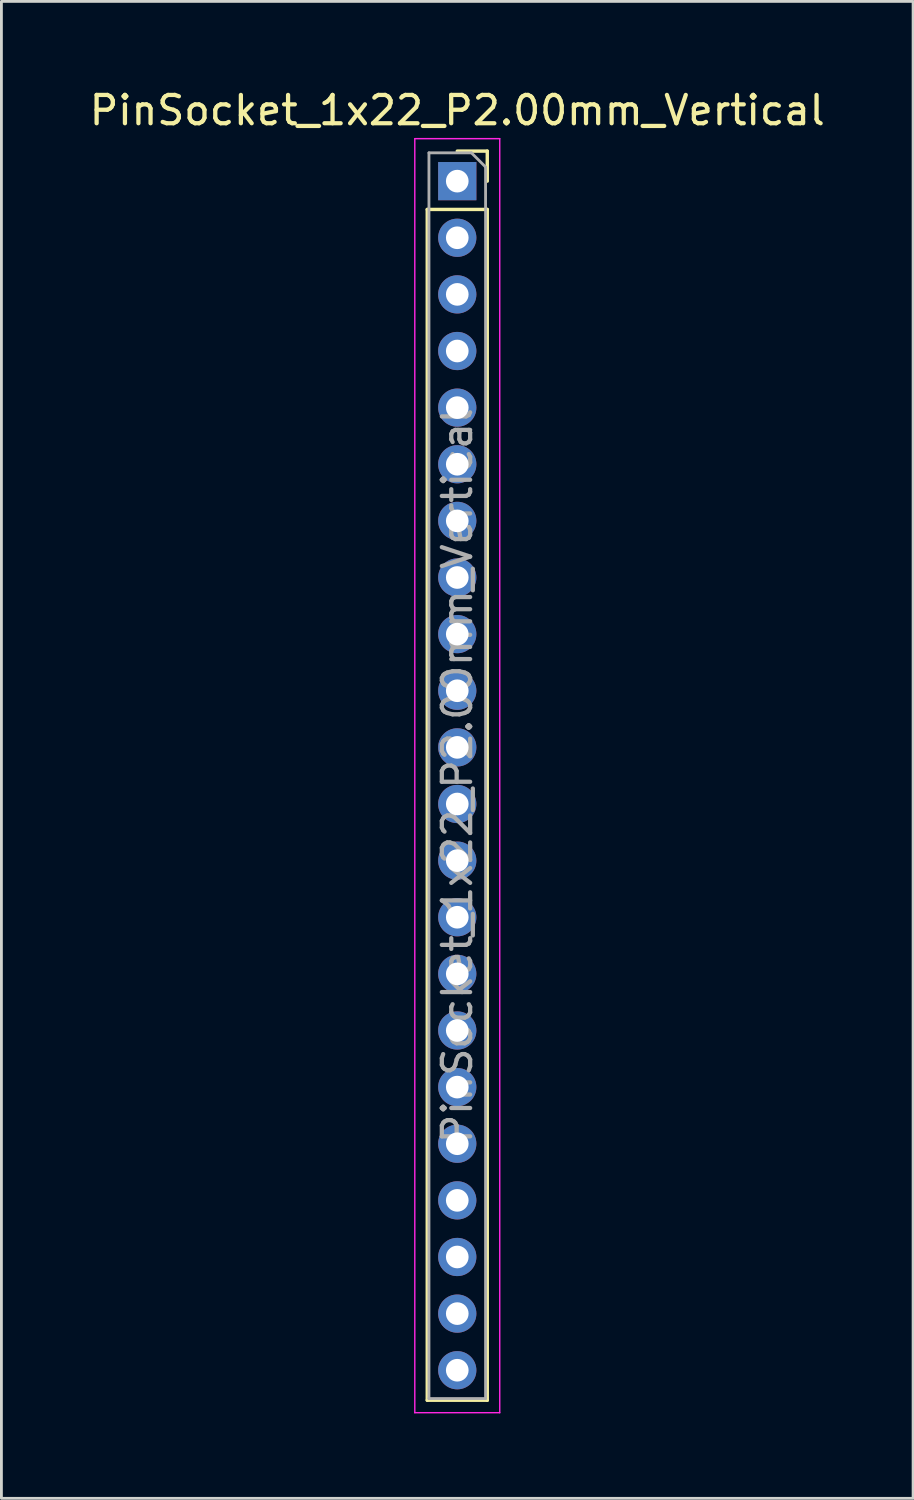
<source format=kicad_pcb>
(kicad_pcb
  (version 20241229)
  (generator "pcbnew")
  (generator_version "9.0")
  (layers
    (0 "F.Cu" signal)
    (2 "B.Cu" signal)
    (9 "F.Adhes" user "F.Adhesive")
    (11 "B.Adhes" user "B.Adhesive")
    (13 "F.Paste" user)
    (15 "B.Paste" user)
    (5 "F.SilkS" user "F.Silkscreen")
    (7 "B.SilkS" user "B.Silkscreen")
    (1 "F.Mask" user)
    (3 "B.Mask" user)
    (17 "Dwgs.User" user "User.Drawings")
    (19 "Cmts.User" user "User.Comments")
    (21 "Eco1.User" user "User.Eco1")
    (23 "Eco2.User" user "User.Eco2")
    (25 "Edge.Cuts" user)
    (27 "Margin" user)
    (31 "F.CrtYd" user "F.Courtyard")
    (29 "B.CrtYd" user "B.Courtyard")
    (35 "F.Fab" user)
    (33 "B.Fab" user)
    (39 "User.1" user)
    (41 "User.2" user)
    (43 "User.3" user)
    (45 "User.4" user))
  (footprint "PinSocket_1x22_P2.00mm_Vertical"
    (layer "F.Cu")
    (at 13.101 3.348)
    (property "Reference" "PinSocket_1x22_P2.00mm_Vertical" (at 0 -2.5 0) (layer "F.SilkS") (effects (font (size 1 1) (thickness 0.15))))
    (attr through_hole)
    (fp_line (start -1.06 1) (end -1.06 43.06) (stroke (width 0.12) (type solid)) (layer "F.SilkS"))
    (fp_line (start -1.06 1) (end 1.06 1) (stroke (width 0.12) (type solid)) (layer "F.SilkS"))
    (fp_line (start -1.06 43.06) (end 1.06 43.06) (stroke (width 0.12) (type solid)) (layer "F.SilkS"))
    (fp_line (start 0 -1.06) (end 1.06 -1.06) (stroke (width 0.12) (type solid)) (layer "F.SilkS"))
    (fp_line (start 1.06 -1.06) (end 1.06 0) (stroke (width 0.12) (type solid)) (layer "F.SilkS"))
    (fp_line (start 1.06 1) (end 1.06 43.06) (stroke (width 0.12) (type solid)) (layer "F.SilkS"))
    (fp_line (start -1.5 -1.5) (end 1.5 -1.5) (stroke (width 0.05) (type solid)) (layer "F.CrtYd"))
    (fp_line (start -1.5 43.5) (end -1.5 -1.5) (stroke (width 0.05) (type solid)) (layer "F.CrtYd"))
    (fp_line (start 1.5 -1.5) (end 1.5 43.5) (stroke (width 0.05) (type solid)) (layer "F.CrtYd"))
    (fp_line (start 1.5 43.5) (end -1.5 43.5) (stroke (width 0.05) (type solid)) (layer "F.CrtYd"))
    (fp_line (start -1 -1) (end 0.5 -1) (stroke (width 0.1) (type solid)) (layer "F.Fab"))
    (fp_line (start -1 43) (end -1 -1) (stroke (width 0.1) (type solid)) (layer "F.Fab"))
    (fp_line (start 0.5 -1) (end 1 -0.5) (stroke (width 0.1) (type solid)) (layer "F.Fab"))
    (fp_line (start 1 -0.5) (end 1 43) (stroke (width 0.1) (type solid)) (layer "F.Fab"))
    (fp_line (start 1 43) (end -1 43) (stroke (width 0.1) (type solid)) (layer "F.Fab"))
    (fp_text user "${REFERENCE}" (at 0 21 90) (layer "F.Fab") (effects (font (size 1 1) (thickness 0.15))))
    (pad "1" thru_hole rect (at 0 0) (size 1.35 1.35) (drill 0.8) (layers "*.Cu" "*.Mask"))
    (pad "2" thru_hole oval (at 0 2) (size 1.35 1.35) (drill 0.8) (layers "*.Cu" "*.Mask"))
    (pad "3" thru_hole oval (at 0 4) (size 1.35 1.35) (drill 0.8) (layers "*.Cu" "*.Mask"))
    (pad "4" thru_hole oval (at 0 6) (size 1.35 1.35) (drill 0.8) (layers "*.Cu" "*.Mask"))
    (pad "5" thru_hole oval (at 0 8) (size 1.35 1.35) (drill 0.8) (layers "*.Cu" "*.Mask"))
    (pad "6" thru_hole oval (at 0 10) (size 1.35 1.35) (drill 0.8) (layers "*.Cu" "*.Mask"))
    (pad "7" thru_hole oval (at 0 12) (size 1.35 1.35) (drill 0.8) (layers "*.Cu" "*.Mask"))
    (pad "8" thru_hole oval (at 0 14) (size 1.35 1.35) (drill 0.8) (layers "*.Cu" "*.Mask"))
    (pad "9" thru_hole oval (at 0 16) (size 1.35 1.35) (drill 0.8) (layers "*.Cu" "*.Mask"))
    (pad "10" thru_hole oval (at 0 18) (size 1.35 1.35) (drill 0.8) (layers "*.Cu" "*.Mask"))
    (pad "11" thru_hole oval (at 0 20) (size 1.35 1.35) (drill 0.8) (layers "*.Cu" "*.Mask"))
    (pad "12" thru_hole oval (at 0 22) (size 1.35 1.35) (drill 0.8) (layers "*.Cu" "*.Mask"))
    (pad "13" thru_hole oval (at 0 24) (size 1.35 1.35) (drill 0.8) (layers "*.Cu" "*.Mask"))
    (pad "14" thru_hole oval (at 0 26) (size 1.35 1.35) (drill 0.8) (layers "*.Cu" "*.Mask"))
    (pad "15" thru_hole oval (at 0 28) (size 1.35 1.35) (drill 0.8) (layers "*.Cu" "*.Mask"))
    (pad "16" thru_hole oval (at 0 30) (size 1.35 1.35) (drill 0.8) (layers "*.Cu" "*.Mask"))
    (pad "17" thru_hole oval (at 0 32) (size 1.35 1.35) (drill 0.8) (layers "*.Cu" "*.Mask"))
    (pad "18" thru_hole oval (at 0 34) (size 1.35 1.35) (drill 0.8) (layers "*.Cu" "*.Mask"))
    (pad "19" thru_hole oval (at 0 36) (size 1.35 1.35) (drill 0.8) (layers "*.Cu" "*.Mask"))
    (pad "20" thru_hole oval (at 0 38) (size 1.35 1.35) (drill 0.8) (layers "*.Cu" "*.Mask"))
    (pad "21" thru_hole oval (at 0 40) (size 1.35 1.35) (drill 0.8) (layers "*.Cu" "*.Mask"))
    (pad "22" thru_hole oval (at 0 42) (size 1.35 1.35) (drill 0.8) (layers "*.Cu" "*.Mask")))
  (gr_rect
    (start -3 -3)
    (end 29.202 49.873)
    (stroke (width 0.1) (type default))
    (fill no)
    (layer "Edge.Cuts")))
</source>
